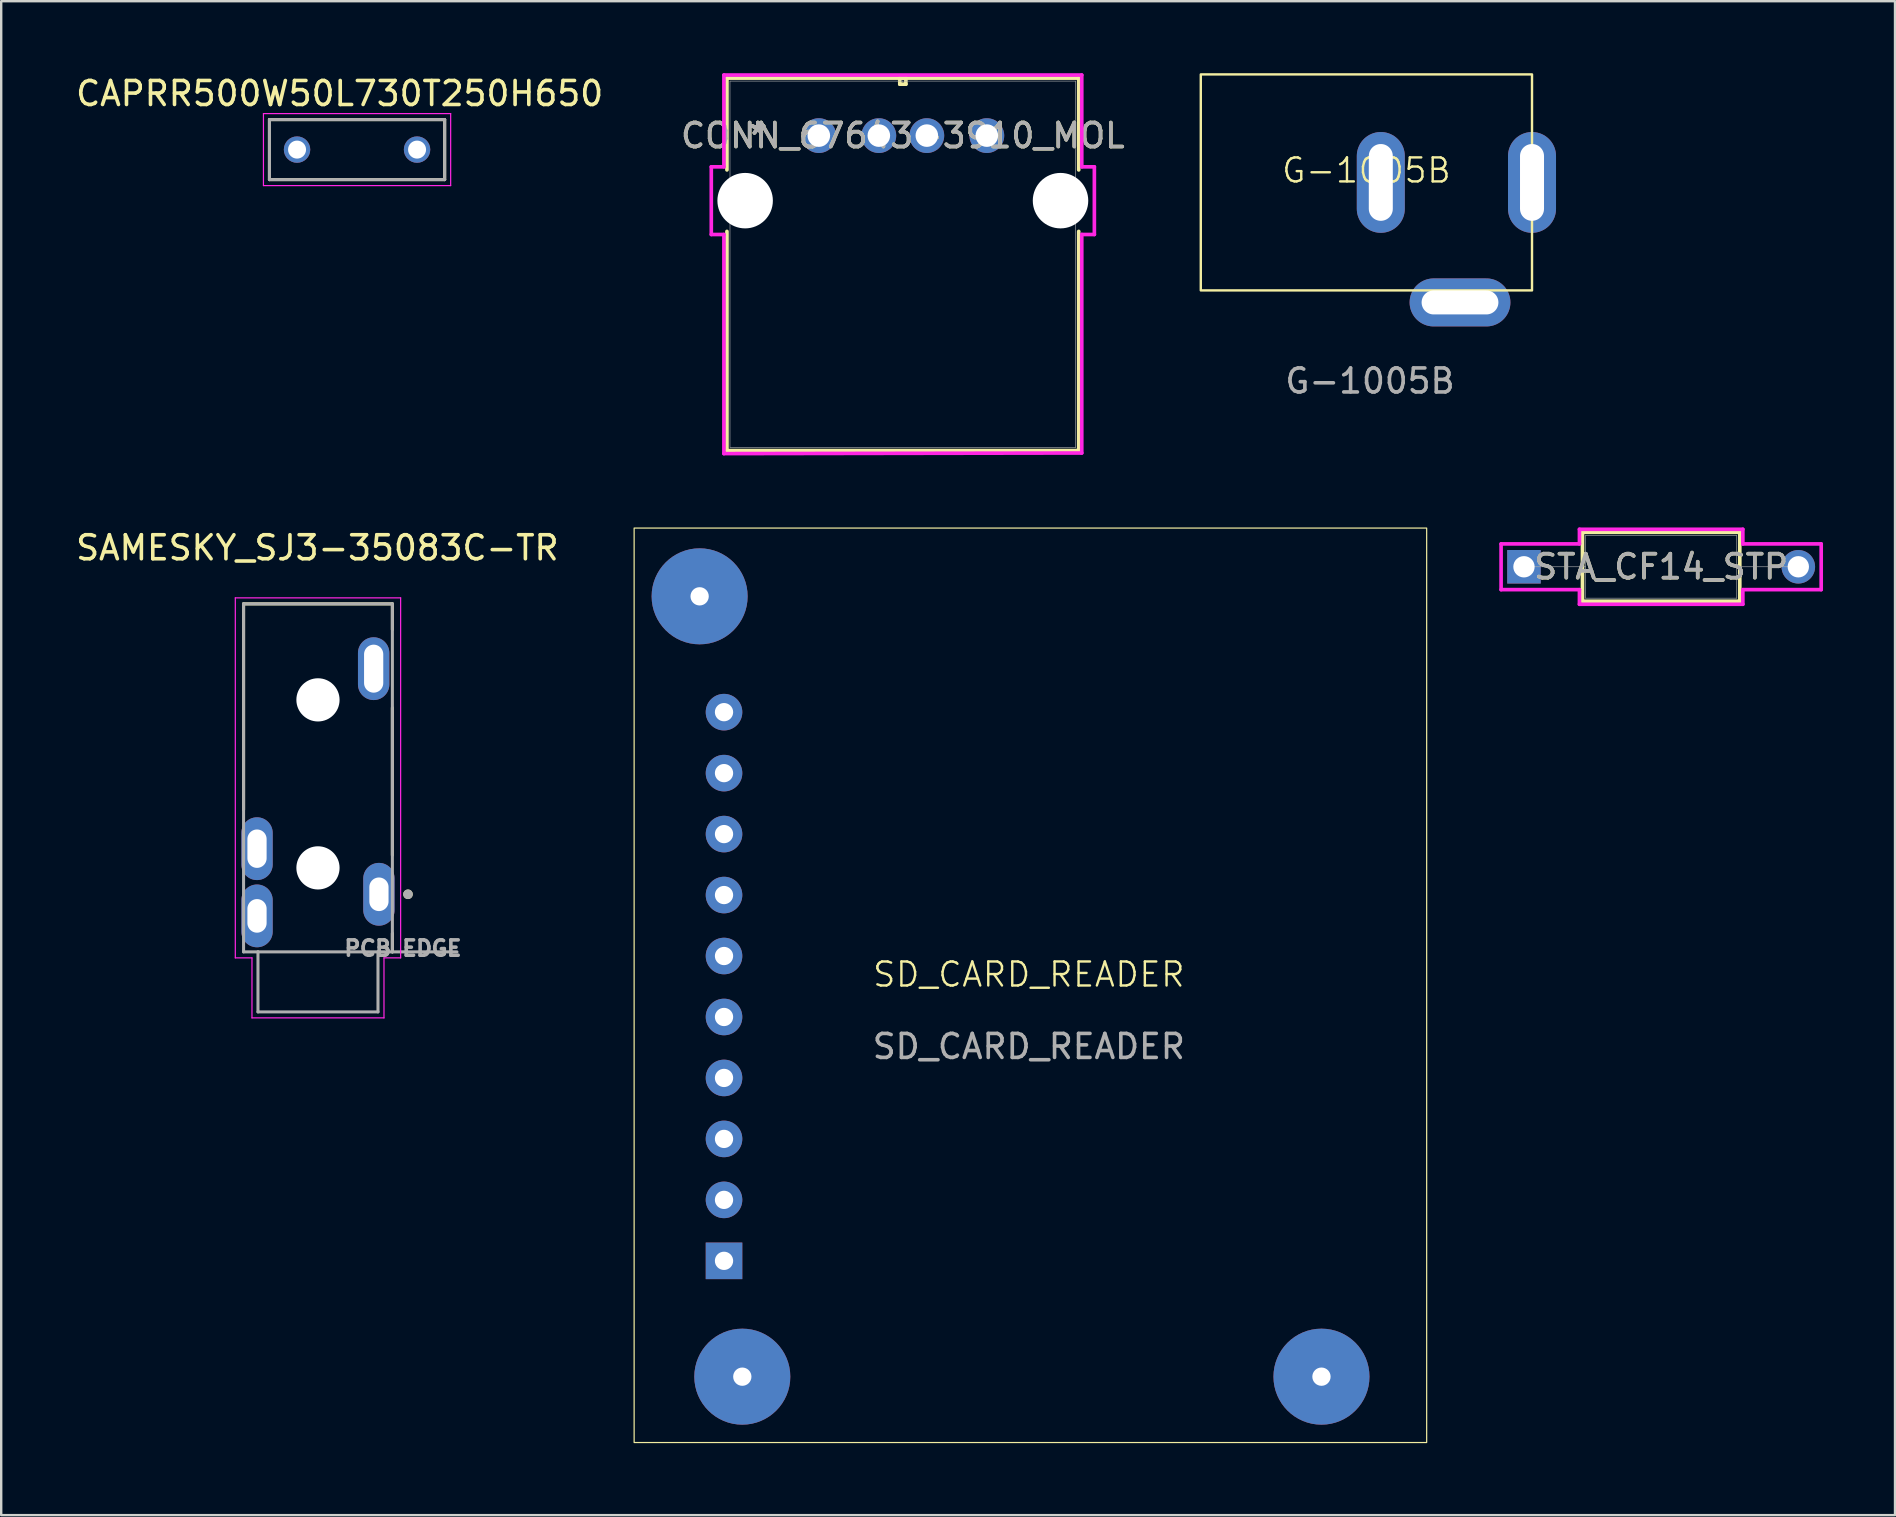
<source format=kicad_pcb>
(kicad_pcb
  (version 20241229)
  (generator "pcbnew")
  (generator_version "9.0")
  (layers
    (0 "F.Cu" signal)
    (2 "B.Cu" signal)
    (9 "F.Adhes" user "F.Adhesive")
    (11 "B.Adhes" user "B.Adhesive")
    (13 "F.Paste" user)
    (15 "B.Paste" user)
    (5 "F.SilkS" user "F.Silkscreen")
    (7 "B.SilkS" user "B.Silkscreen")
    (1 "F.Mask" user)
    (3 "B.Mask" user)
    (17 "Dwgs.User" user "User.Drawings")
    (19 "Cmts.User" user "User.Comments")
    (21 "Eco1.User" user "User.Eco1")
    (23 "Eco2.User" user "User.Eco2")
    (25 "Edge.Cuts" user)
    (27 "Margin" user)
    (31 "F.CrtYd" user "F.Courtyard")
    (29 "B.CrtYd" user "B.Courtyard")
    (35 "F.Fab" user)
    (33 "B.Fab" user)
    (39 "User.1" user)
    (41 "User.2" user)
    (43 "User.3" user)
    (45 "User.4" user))
  (footprint "CONN_67643-3910_MOL"
    (layer "F.Cu")
    (at 31.065 2.6)
    (property "Reference" "CONN_67643-3910_MOL" (at 3.5 0 0) (unlocked yes) (layer "F.SilkS") (effects (font (size 1 1) (thickness 0.15))))
    (attr through_hole)
    (fp_line (start -3.828 -2.397) (end -3.828 1.429) (stroke (width 0.152) (type solid)) (layer "F.SilkS"))
    (fp_line (start -3.828 3.991) (end -3.828 13.122) (stroke (width 0.152) (type solid)) (layer "F.SilkS"))
    (fp_line (start -3.828 13.122) (end 10.828 13.122) (stroke (width 0.152) (type solid)) (layer "F.SilkS"))
    (fp_line (start 3.373 -2.397) (end 3.373 -2.143) (stroke (width 0.152) (type solid)) (layer "F.SilkS"))
    (fp_line (start 3.373 -2.143) (end 3.627 -2.143) (stroke (width 0.152) (type solid)) (layer "F.SilkS"))
    (fp_line (start 3.627 -2.397) (end 3.373 -2.397) (stroke (width 0.152) (type solid)) (layer "F.SilkS"))
    (fp_line (start 3.627 -2.143) (end 3.627 -2.397) (stroke (width 0.152) (type solid)) (layer "F.SilkS"))
    (fp_line (start 10.828 -2.397) (end -3.828 -2.397) (stroke (width 0.152) (type solid)) (layer "F.SilkS"))
    (fp_line (start 10.828 1.429) (end 10.828 -2.397) (stroke (width 0.152) (type solid)) (layer "F.SilkS"))
    (fp_line (start 10.828 13.122) (end 10.828 3.991) (stroke (width 0.152) (type solid)) (layer "F.SilkS"))
    (fp_line (start -4.48 1.3) (end -4.48 4.12) (stroke (width 0.152) (type solid)) (layer "F.CrtYd"))
    (fp_line (start -4.48 4.12) (end -3.955 4.12) (stroke (width 0.152) (type solid)) (layer "F.CrtYd"))
    (fp_line (start -3.955 -2.524) (end -3.955 1.3) (stroke (width 0.152) (type solid)) (layer "F.CrtYd"))
    (fp_line (start -3.955 1.3) (end -4.48 1.3) (stroke (width 0.152) (type solid)) (layer "F.CrtYd"))
    (fp_line (start -3.955 4.12) (end -3.955 13.249) (stroke (width 0.152) (type solid)) (layer "F.CrtYd"))
    (fp_line (start -3.955 13.249) (end 10.955 13.224) (stroke (width 0.152) (type solid)) (layer "F.CrtYd"))
    (fp_line (start 10.955 -2.524) (end -3.955 -2.524) (stroke (width 0.152) (type solid)) (layer "F.CrtYd"))
    (fp_line (start 10.955 1.3) (end 10.955 -2.524) (stroke (width 0.152) (type solid)) (layer "F.CrtYd"))
    (fp_line (start 10.955 4.12) (end 11.48 4.12) (stroke (width 0.152) (type solid)) (layer "F.CrtYd"))
    (fp_line (start 10.955 13.224) (end 10.955 4.12) (stroke (width 0.152) (type solid)) (layer "F.CrtYd"))
    (fp_line (start 11.48 1.3) (end 10.955 1.3) (stroke (width 0.152) (type solid)) (layer "F.CrtYd"))
    (fp_line (start 11.48 4.12) (end 11.48 1.3) (stroke (width 0.152) (type solid)) (layer "F.CrtYd"))
    (fp_line (start -3.701 -2.27) (end -3.701 12.995) (stroke (width 0.025) (type solid)) (layer "F.Fab"))
    (fp_line (start -3.701 12.995) (end 10.701 12.995) (stroke (width 0.025) (type solid)) (layer "F.Fab"))
    (fp_line (start 3.5 -2.27) (end 3.5 -2.27) (stroke (width 0.025) (type solid)) (layer "F.Fab"))
    (fp_line (start 3.5 -2.27) (end 3.5 -2.27) (stroke (width 0.025) (type solid)) (layer "F.Fab"))
    (fp_line (start 3.5 -2.27) (end 3.5 -2.27) (stroke (width 0.025) (type solid)) (layer "F.Fab"))
    (fp_line (start 3.5 -2.27) (end 3.5 -2.27) (stroke (width 0.025) (type solid)) (layer "F.Fab"))
    (fp_line (start 10.701 -2.27) (end -3.701 -2.27) (stroke (width 0.025) (type solid)) (layer "F.Fab"))
    (fp_line (start 10.701 12.995) (end 10.701 -2.27) (stroke (width 0.025) (type solid)) (layer "F.Fab"))
    (fp_text user "*" (at -2.54 0 0) (layer "F.SilkS") (effects (font (size 1 1) (thickness 0.15))))
    (fp_text user "*" (at -2.54 0 0) (unlocked yes) (layer "F.SilkS") (effects (font (size 1 1) (thickness 0.15))))
    (fp_text user "*" (at -2.54 0 0) (unlocked yes) (layer "F.Fab") (effects (font (size 1 1) (thickness 0.15))))
    (fp_text user "${REFERENCE}" (at 3.5 0 0) (unlocked yes) (layer "F.Fab") (effects (font (size 1 1) (thickness 0.15))))
    (fp_text user "*" (at -2.54 0 0) (layer "F.Fab") (effects (font (size 1 1) (thickness 0.15))))
    (pad "" np_thru_hole circle (at -3.07 2.71) (size 2.311 2.311) (drill 2.311) (layers "*.Cu" "*.Mask"))
    (pad "" np_thru_hole circle (at 10.07 2.71) (size 2.311 2.311) (drill 2.311) (layers "*.Cu" "*.Mask"))
    (pad "1" thru_hole circle (at 0 0) (size 1.448 1.448) (drill 0.94) (layers "*.Cu" "*.Mask"))
    (pad "2" thru_hole circle (at 2.5 0) (size 1.448 1.448) (drill 0.94) (layers "*.Cu" "*.Mask"))
    (pad "3" thru_hole circle (at 4.5 0) (size 1.448 1.448) (drill 0.94) (layers "*.Cu" "*.Mask"))
    (pad "4" thru_hole circle (at 7 0) (size 1.448 1.448) (drill 0.94) (layers "*.Cu" "*.Mask")))
  (footprint "G-1005B"
    (layer "F.Cu")
    (at 53.879 4.55)
    (property "Reference" "G-1005B" (at 0 -0.5 0) (unlocked yes) (layer "F.SilkS") (effects (font (size 1 1) (thickness 0.1))))
    (attr through_hole)
    (fp_rect (start -6.9 -4.5) (end 6.9 4.5) (stroke (width 0.1) (type default)) (fill no) (layer "F.SilkS"))
    (fp_text user "${REFERENCE}" (at 0.15 8.275 0) (unlocked yes) (layer "F.Fab") (effects (font (size 1 1) (thickness 0.15))))
    (pad "1" thru_hole oval (at 6.9 0) (size 2 4.2) (drill oval 1 3.2) (layers "*.Cu" "*.Mask"))
    (pad "2" thru_hole oval (at 0.6 0) (size 2 4.2) (drill oval 1 3.2) (layers "*.Cu" "*.Mask"))
    (pad "3" thru_hole oval (at 3.9 5) (size 4.2 2) (drill oval 3.2 1) (layers "*.Cu" "*.Mask")))
  (footprint "SAMESKY_SJ3-35083C-TR"
    (layer "F.Cu")
    (at 10.198 29.609)
    (property "Reference" "SAMESKY_SJ3-35083C-TR" (at -0.025 -9.835 0) (layer "F.SilkS") (effects (font (size 1 1) (thickness 0.15))))
    (attr through_hole)
    (fp_line (start -3.1 -7.5) (end -3.1 1.072) (stroke (width 0.127) (type solid)) (layer "F.SilkS"))
    (fp_line (start 3.1 -7.5) (end -3.1 -7.5) (stroke (width 0.127) (type solid)) (layer "F.SilkS"))
    (fp_line (start 3.1 -6.428) (end 3.1 -7.5) (stroke (width 0.127) (type solid)) (layer "F.SilkS"))
    (fp_line (start 3.1 -3.172) (end 3.1 2.972) (stroke (width 0.127) (type solid)) (layer "F.SilkS"))
    (fp_line (start 3.1 6.228) (end 3.1 7) (stroke (width 0.127) (type solid)) (layer "F.SilkS"))
    (fp_circle (center 3.75 4.6) (end 3.85 4.6) (stroke (width 0.2) (type solid)) (fill no) (layer "F.SilkS"))
    (fp_line (start -3.444 -7.75) (end 3.444 -7.75) (stroke (width 0.05) (type solid)) (layer "F.CrtYd"))
    (fp_line (start -3.444 7.25) (end -3.444 -7.75) (stroke (width 0.05) (type solid)) (layer "F.CrtYd"))
    (fp_line (start -3.444 7.25) (end -2.75 7.25) (stroke (width 0.05) (type solid)) (layer "F.CrtYd"))
    (fp_line (start -2.75 7.25) (end -2.75 9.75) (stroke (width 0.05) (type solid)) (layer "F.CrtYd"))
    (fp_line (start 2.75 7.25) (end 2.75 9.75) (stroke (width 0.05) (type solid)) (layer "F.CrtYd"))
    (fp_line (start 2.75 9.75) (end -2.75 9.75) (stroke (width 0.05) (type solid)) (layer "F.CrtYd"))
    (fp_line (start 3.444 -7.75) (end 3.444 7.25) (stroke (width 0.05) (type solid)) (layer "F.CrtYd"))
    (fp_line (start 3.444 7.25) (end 2.75 7.25) (stroke (width 0.05) (type solid)) (layer "F.CrtYd"))
    (fp_line (start -3.1 -7.5) (end 3.1 -7.5) (stroke (width 0.127) (type solid)) (layer "F.Fab"))
    (fp_line (start -3.1 7) (end -3.1 -7.5) (stroke (width 0.127) (type solid)) (layer "F.Fab"))
    (fp_line (start -2.5 7) (end -3.1 7) (stroke (width 0.127) (type solid)) (layer "F.Fab"))
    (fp_line (start -2.5 9.5) (end -2.5 7) (stroke (width 0.127) (type solid)) (layer "F.Fab"))
    (fp_line (start 2.5 7) (end -2.5 7) (stroke (width 0.127) (type solid)) (layer "F.Fab"))
    (fp_line (start 2.5 7) (end 2.5 9.5) (stroke (width 0.127) (type solid)) (layer "F.Fab"))
    (fp_line (start 2.5 9.5) (end -2.5 9.5) (stroke (width 0.127) (type solid)) (layer "F.Fab"))
    (fp_line (start 3.1 -7.5) (end 3.1 7) (stroke (width 0.127) (type solid)) (layer "F.Fab"))
    (fp_line (start 3.1 7) (end 2.5 7) (stroke (width 0.127) (type solid)) (layer "F.Fab"))
    (fp_line (start 3.1 7) (end 5.79 7) (stroke (width 0.127) (type solid)) (layer "F.Fab"))
    (fp_circle (center 3.75 4.6) (end 3.85 4.6) (stroke (width 0.2) (type solid)) (fill no) (layer "F.Fab"))
    (fp_text user "PCB EDGE" (at 3.54 6.85 0) (layer "F.Fab") (effects (font (size 0.64 0.64) (thickness 0.15))))
    (pad "" np_thru_hole circle (at 0 -3.5) (size 1.8 1.8) (drill 1.8) (layers "*.Cu" "*.Mask"))
    (pad "" np_thru_hole circle (at 0 3.5) (size 1.8 1.8) (drill 1.8) (layers "*.Cu" "*.Mask"))
    (pad "1" thru_hole oval (at 2.54 4.6) (size 1.308 2.616) (drill oval 0.8 1.4) (layers "*.Cu" "*.Mask"))
    (pad "2" thru_hole oval (at 2.32 -4.8) (size 1.308 2.616) (drill oval 0.8 2) (layers "*.Cu" "*.Mask"))
    (pad "4" thru_hole oval (at -2.54 5.5) (size 1.308 2.616) (drill oval 0.8 1.4) (layers "*.Cu" "*.Mask"))
    (pad "5" thru_hole oval (at -2.54 2.7) (size 1.308 2.616) (drill oval 0.8 1.6) (layers "*.Cu" "*.Mask")))
  (footprint "STA_CF14_STP"
    (layer "F.Cu")
    (at 60.444 20.564)
    (property "Reference" "STA_CF14_STP" (at 5.715 0 0) (unlocked yes) (layer "F.SilkS") (effects (font (size 1 1) (thickness 0.15))))
    (attr through_hole)
    (fp_line (start 2.438 -1.435) (end 2.438 1.435) (stroke (width 0.152) (type solid)) (layer "F.SilkS"))
    (fp_line (start 2.438 1.435) (end 8.992 1.435) (stroke (width 0.152) (type solid)) (layer "F.SilkS"))
    (fp_line (start 8.992 -1.435) (end 2.438 -1.435) (stroke (width 0.152) (type solid)) (layer "F.SilkS"))
    (fp_line (start 8.992 1.435) (end 8.992 -1.435) (stroke (width 0.152) (type solid)) (layer "F.SilkS"))
    (fp_line (start -0.953 -0.953) (end 2.311 -0.953) (stroke (width 0.152) (type solid)) (layer "F.CrtYd"))
    (fp_line (start -0.953 0.953) (end -0.953 -0.953) (stroke (width 0.152) (type solid)) (layer "F.CrtYd"))
    (fp_line (start 2.311 -1.562) (end 9.119 -1.562) (stroke (width 0.152) (type solid)) (layer "F.CrtYd"))
    (fp_line (start 2.311 -0.953) (end 2.311 -1.562) (stroke (width 0.152) (type solid)) (layer "F.CrtYd"))
    (fp_line (start 2.311 0.953) (end -0.953 0.953) (stroke (width 0.152) (type solid)) (layer "F.CrtYd"))
    (fp_line (start 2.311 1.562) (end 2.311 0.953) (stroke (width 0.152) (type solid)) (layer "F.CrtYd"))
    (fp_line (start 9.119 -1.562) (end 9.119 -0.953) (stroke (width 0.152) (type solid)) (layer "F.CrtYd"))
    (fp_line (start 9.119 -0.953) (end 12.383 -0.953) (stroke (width 0.152) (type solid)) (layer "F.CrtYd"))
    (fp_line (start 9.119 0.953) (end 9.119 1.562) (stroke (width 0.152) (type solid)) (layer "F.CrtYd"))
    (fp_line (start 9.119 1.562) (end 2.311 1.562) (stroke (width 0.152) (type solid)) (layer "F.CrtYd"))
    (fp_line (start 12.383 -0.953) (end 12.383 0.953) (stroke (width 0.152) (type solid)) (layer "F.CrtYd"))
    (fp_line (start 12.383 0.953) (end 9.119 0.953) (stroke (width 0.152) (type solid)) (layer "F.CrtYd"))
    (fp_line (start 0 0) (end 2.565 0) (stroke (width 0.025) (type solid)) (layer "F.Fab"))
    (fp_line (start 2.565 -1.308) (end 2.565 1.308) (stroke (width 0.025) (type solid)) (layer "F.Fab"))
    (fp_line (start 2.565 1.308) (end 8.865 1.308) (stroke (width 0.025) (type solid)) (layer "F.Fab"))
    (fp_line (start 8.865 -1.308) (end 2.565 -1.308) (stroke (width 0.025) (type solid)) (layer "F.Fab"))
    (fp_line (start 8.865 1.308) (end 8.865 -1.308) (stroke (width 0.025) (type solid)) (layer "F.Fab"))
    (fp_line (start 11.43 0) (end 8.865 0) (stroke (width 0.025) (type solid)) (layer "F.Fab"))
    (fp_text user "${REFERENCE}" (at 5.715 0 0) (unlocked yes) (layer "F.Fab") (effects (font (size 1 1) (thickness 0.15))))
    (pad "1" thru_hole rect (at 0 0) (size 1.397 1.397) (drill 0.889) (layers "*.Cu" "*.Mask"))
    (pad "2" thru_hole circle (at 11.43 0) (size 1.397 1.397) (drill 0.889) (layers "*.Cu" "*.Mask")))
  (footprint "CAPRR500W50L730T250H650"
    (layer "F.Cu")
    (at 11.826 3.183)
    (property "Reference" "CAPRR500W50L730T250H650" (at -0.725 -2.335 0) (layer "F.SilkS") (effects (font (size 1 1) (thickness 0.15))))
    (attr through_hole)
    (fp_line (start -3.65 -1.25) (end -3.65 1.25) (stroke (width 0.127) (type solid)) (layer "F.SilkS"))
    (fp_line (start -3.65 -1.25) (end 3.65 -1.25) (stroke (width 0.127) (type solid)) (layer "F.SilkS"))
    (fp_line (start -3.65 1.25) (end 3.65 1.25) (stroke (width 0.127) (type solid)) (layer "F.SilkS"))
    (fp_line (start 3.65 -1.25) (end 3.65 1.25) (stroke (width 0.127) (type solid)) (layer "F.SilkS"))
    (fp_line (start -3.9 -1.5) (end -3.9 1.5) (stroke (width 0.05) (type solid)) (layer "F.CrtYd"))
    (fp_line (start -3.9 -1.5) (end 3.9 -1.5) (stroke (width 0.05) (type solid)) (layer "F.CrtYd"))
    (fp_line (start 3.9 -1.5) (end 3.9 1.5) (stroke (width 0.05) (type solid)) (layer "F.CrtYd"))
    (fp_line (start 3.9 1.5) (end -3.9 1.5) (stroke (width 0.05) (type solid)) (layer "F.CrtYd"))
    (fp_line (start -3.65 -1.25) (end -3.65 1.25) (stroke (width 0.127) (type solid)) (layer "F.Fab"))
    (fp_line (start -3.65 -1.25) (end 3.65 -1.25) (stroke (width 0.127) (type solid)) (layer "F.Fab"))
    (fp_line (start 3.65 -1.25) (end 3.65 1.25) (stroke (width 0.127) (type solid)) (layer "F.Fab"))
    (fp_line (start 3.65 1.25) (end -3.65 1.25) (stroke (width 0.127) (type solid)) (layer "F.Fab"))
    (pad "1" thru_hole circle (at -2.5 0) (size 1.1 1.1) (drill 0.75) (layers "*.Cu" "*.Mask"))
    (pad "2" thru_hole circle (at 2.5 0) (size 1.1 1.1) (drill 0.75) (layers "*.Cu" "*.Mask")))
  (footprint "SD_CARD_READER"
    (layer "F.Cu")
    (at 39.815 38.051)
    (property "Reference" "SD_CARD_READER" (at 0 -0.5 0) (unlocked yes) (layer "F.SilkS") (effects (font (size 1 1) (thickness 0.1))))
    (attr through_hole)
    (fp_rect (start -16.445 -19.1) (end 16.575 19) (stroke (width 0.05) (type default)) (fill no) (layer "F.SilkS"))
    (fp_text user "${REFERENCE}" (at 0 2.5 0) (unlocked yes) (layer "F.Fab") (effects (font (size 1 1) (thickness 0.15))))
    (pad "1" thru_hole rect (at -12.7 11.43) (size 1.524 1.524) (drill 0.762) (layers "*.Cu" "*.Mask"))
    (pad "2" thru_hole circle (at -12.7 8.89) (size 1.524 1.524) (drill 0.762) (layers "*.Cu" "*.Mask"))
    (pad "3" thru_hole circle (at -12.7 6.35) (size 1.524 1.524) (drill 0.762) (layers "*.Cu" "*.Mask"))
    (pad "4" thru_hole circle (at -12.7 3.81) (size 1.524 1.524) (drill 0.762) (layers "*.Cu" "*.Mask"))
    (pad "5" thru_hole circle (at -12.7 1.27) (size 1.524 1.524) (drill 0.762) (layers "*.Cu" "*.Mask"))
    (pad "6" thru_hole circle (at -12.7 -1.27) (size 1.524 1.524) (drill 0.762) (layers "*.Cu" "*.Mask"))
    (pad "7" thru_hole circle (at -12.7 -3.81) (size 1.524 1.524) (drill 0.762) (layers "*.Cu" "*.Mask"))
    (pad "8" thru_hole circle (at -12.7 -6.35) (size 1.524 1.524) (drill 0.762) (layers "*.Cu" "*.Mask"))
    (pad "9" thru_hole circle (at -12.7 -8.89) (size 1.524 1.524) (drill 0.762) (layers "*.Cu" "*.Mask"))
    (pad "10" thru_hole circle (at -12.7 -11.43) (size 1.524 1.524) (drill 0.762) (layers "*.Cu" "*.Mask"))
    (pad "11" thru_hole circle (at 12.192 16.256) (size 4 4) (drill 0.762) (layers "*.Cu" "*.Mask"))
    (pad "12" thru_hole circle (at -11.938 16.256) (size 4 4) (drill 0.762) (layers "*.Cu" "*.Mask"))
    (pad "13" thru_hole circle (at -13.716 -16.256) (size 4 4) (drill 0.762) (layers "*.Cu" "*.Mask")))
  (gr_rect
    (start -3 -3)
    (end 75.903 60.076)
    (stroke (width 0.1) (type default))
    (fill no)
    (layer "Edge.Cuts")))
</source>
